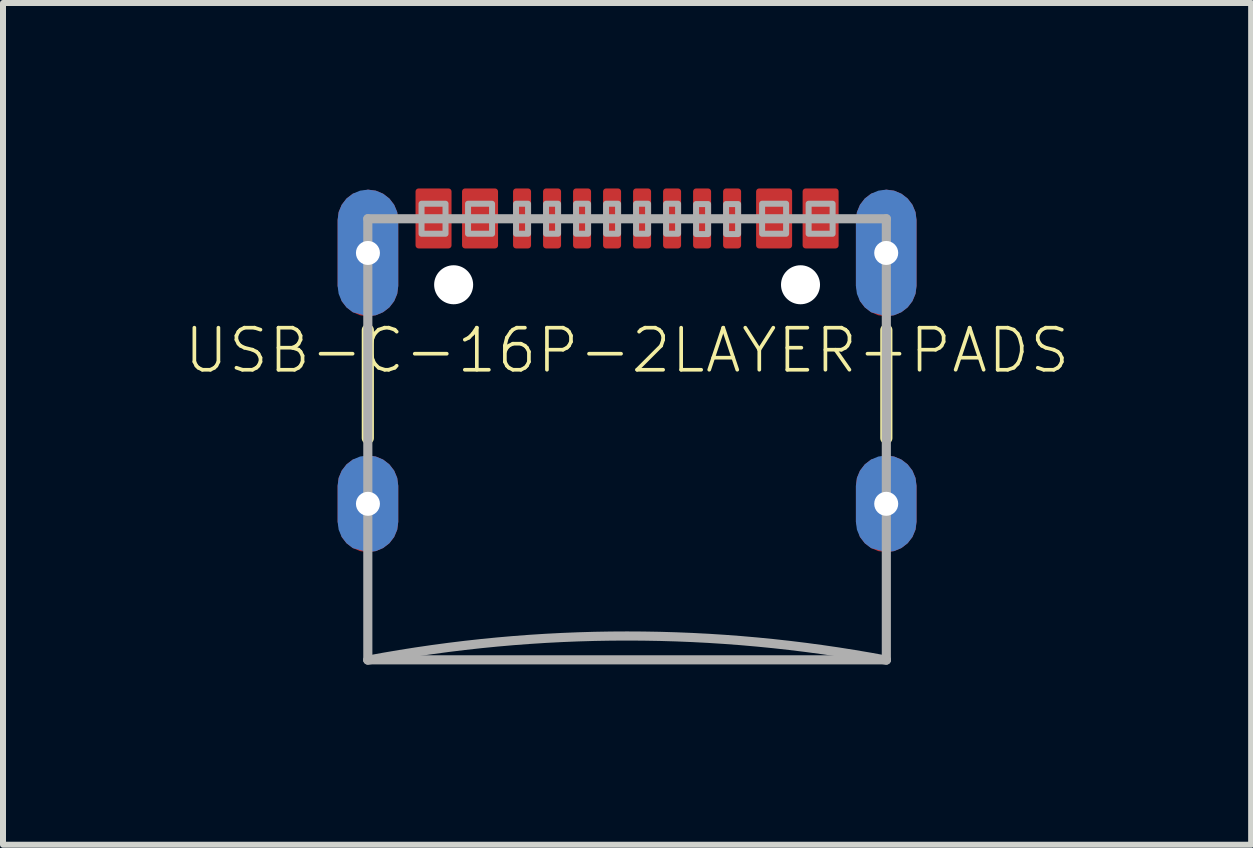
<source format=kicad_pcb>
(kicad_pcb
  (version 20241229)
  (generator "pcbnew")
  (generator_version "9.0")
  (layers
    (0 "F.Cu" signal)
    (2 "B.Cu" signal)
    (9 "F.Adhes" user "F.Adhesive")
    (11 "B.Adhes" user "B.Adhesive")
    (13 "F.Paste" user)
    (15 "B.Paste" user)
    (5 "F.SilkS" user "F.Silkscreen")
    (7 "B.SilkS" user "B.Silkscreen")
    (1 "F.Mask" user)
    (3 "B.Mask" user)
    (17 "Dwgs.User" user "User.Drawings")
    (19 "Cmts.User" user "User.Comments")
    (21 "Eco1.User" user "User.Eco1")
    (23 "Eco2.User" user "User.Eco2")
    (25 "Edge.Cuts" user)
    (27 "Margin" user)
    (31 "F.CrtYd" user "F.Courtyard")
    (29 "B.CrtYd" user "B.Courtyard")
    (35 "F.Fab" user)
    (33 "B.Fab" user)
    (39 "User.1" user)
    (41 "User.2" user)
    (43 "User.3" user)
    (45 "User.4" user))
  (footprint "USB-C-16P-2LAYER-PADS"
    (layer "F.Cu")
    (at 7.399 0.25)
    (property "Reference" "USB-C-16P-2LAYER-PADS" (at 0 2.54 0) (unlocked yes) (layer "F.SilkS") (effects (font (size 0.701 0.701) (thickness 0.061))))
    (fp_poly (pts (xy -4.187 -0.123) (xy -4.065 -0.072) (xy -3.961 0.008) (xy -3.881 0.112) (xy -3.83 0.234) (xy -3.813 0.365) (xy -3.813 1.465) (xy -3.83 1.596) (xy -3.881 1.718) (xy -3.961 1.822) (xy -4.065 1.902) (xy -4.187 1.953) (xy -4.318 1.97) (xy -4.449 1.953) (xy -4.571 1.902) (xy -4.675 1.822) (xy -4.756 1.717) (xy -4.823 1.466) (xy -4.823 0.365) (xy -4.806 0.234) (xy -4.755 0.112) (xy -4.675 0.008) (xy -4.57 -0.073) (xy -4.318 -0.14)) (stroke (width 0) (type default)) (fill yes) (layer "F.Cu"))
    (fp_poly (pts (xy -4.187 4.307) (xy -4.065 4.358) (xy -3.961 4.438) (xy -3.881 4.542) (xy -3.83 4.664) (xy -3.813 4.795) (xy -3.813 5.395) (xy -3.83 5.526) (xy -3.881 5.648) (xy -3.961 5.752) (xy -4.065 5.832) (xy -4.187 5.883) (xy -4.318 5.9) (xy -4.449 5.883) (xy -4.571 5.832) (xy -4.675 5.752) (xy -4.756 5.647) (xy -4.823 5.396) (xy -4.823 4.795) (xy -4.806 4.664) (xy -4.755 4.542) (xy -4.675 4.438) (xy -4.57 4.357) (xy -4.318 4.29)) (stroke (width 0) (type default)) (fill yes) (layer "F.Cu"))
    (fp_poly (pts (xy 4.449 -0.123) (xy 4.571 -0.072) (xy 4.675 0.008) (xy 4.755 0.112) (xy 4.806 0.234) (xy 4.823 0.365) (xy 4.823 1.465) (xy 4.806 1.596) (xy 4.755 1.718) (xy 4.675 1.822) (xy 4.571 1.902) (xy 4.449 1.953) (xy 4.318 1.97) (xy 4.187 1.953) (xy 4.065 1.902) (xy 3.961 1.822) (xy 3.88 1.717) (xy 3.813 1.466) (xy 3.813 0.365) (xy 3.83 0.234) (xy 3.881 0.112) (xy 3.961 0.008) (xy 4.066 -0.073) (xy 4.318 -0.14)) (stroke (width 0) (type default)) (fill yes) (layer "F.Cu"))
    (fp_poly (pts (xy 4.449 4.307) (xy 4.571 4.358) (xy 4.675 4.438) (xy 4.755 4.542) (xy 4.806 4.664) (xy 4.823 4.795) (xy 4.823 5.395) (xy 4.806 5.526) (xy 4.755 5.648) (xy 4.675 5.752) (xy 4.571 5.832) (xy 4.449 5.883) (xy 4.318 5.9) (xy 4.187 5.883) (xy 4.065 5.832) (xy 3.961 5.752) (xy 3.88 5.647) (xy 3.813 5.396) (xy 3.813 4.795) (xy 3.83 4.664) (xy 3.881 4.542) (xy 3.961 4.438) (xy 4.066 4.357) (xy 4.318 4.29)) (stroke (width 0) (type default)) (fill yes) (layer "F.Cu"))
    (fp_poly (pts (xy -4.169 -0.226) (xy -4.026 -0.173) (xy -3.902 -0.085) (xy -3.804 0.032) (xy -3.741 0.17) (xy -3.715 0.32) (xy -3.715 1.52) (xy -3.742 1.669) (xy -3.806 1.805) (xy -3.904 1.92) (xy -4.028 2.007) (xy -4.17 2.058) (xy -4.32 2.07) (xy -4.47 2.058) (xy -4.612 2.007) (xy -4.736 1.92) (xy -4.834 1.805) (xy -4.925 1.521) (xy -4.925 0.32) (xy -4.899 0.17) (xy -4.836 0.032) (xy -4.738 -0.085) (xy -4.614 -0.174) (xy -4.32 -0.24)) (stroke (width 0) (type default)) (fill yes) (layer "F.Mask"))
    (fp_poly (pts (xy -4.163 4.211) (xy -4.017 4.273) (xy -3.891 4.37) (xy -3.795 4.496) (xy -3.735 4.643) (xy -3.715 4.8) (xy -3.715 5.4) (xy -3.736 5.556) (xy -3.797 5.701) (xy -3.893 5.825) (xy -4.018 5.921) (xy -4.164 5.98) (xy -4.32 6) (xy -4.476 5.98) (xy -4.622 5.921) (xy -4.747 5.825) (xy -4.843 5.701) (xy -4.925 5.401) (xy -4.925 4.8) (xy -4.905 4.643) (xy -4.845 4.496) (xy -4.749 4.37) (xy -4.623 4.272) (xy -4.32 4.19)) (stroke (width 0) (type default)) (fill yes) (layer "F.Mask"))
    (fp_poly (pts (xy 4.471 -0.226) (xy 4.614 -0.173) (xy 4.738 -0.085) (xy 4.836 0.032) (xy 4.899 0.17) (xy 4.925 0.32) (xy 4.925 1.52) (xy 4.898 1.669) (xy 4.834 1.805) (xy 4.736 1.92) (xy 4.612 2.007) (xy 4.47 2.058) (xy 4.32 2.07) (xy 4.17 2.058) (xy 4.028 2.007) (xy 3.904 1.92) (xy 3.806 1.805) (xy 3.715 1.521) (xy 3.715 0.32) (xy 3.741 0.17) (xy 3.804 0.032) (xy 3.902 -0.085) (xy 4.026 -0.174) (xy 4.32 -0.24)) (stroke (width 0) (type default)) (fill yes) (layer "F.Mask"))
    (fp_poly (pts (xy 4.477 4.211) (xy 4.623 4.273) (xy 4.749 4.37) (xy 4.845 4.496) (xy 4.905 4.643) (xy 4.925 4.8) (xy 4.925 5.4) (xy 4.904 5.556) (xy 4.843 5.701) (xy 4.747 5.825) (xy 4.622 5.921) (xy 4.476 5.98) (xy 4.32 6) (xy 4.164 5.98) (xy 4.018 5.921) (xy 3.893 5.825) (xy 3.797 5.701) (xy 3.715 5.401) (xy 3.715 4.8) (xy 3.735 4.643) (xy 3.795 4.496) (xy 3.891 4.37) (xy 4.017 4.272) (xy 4.32 4.19)) (stroke (width 0) (type default)) (fill yes) (layer "F.Mask"))
    (fp_poly (pts (xy -4.187 -0.123) (xy -4.065 -0.072) (xy -3.961 0.008) (xy -3.881 0.112) (xy -3.83 0.234) (xy -3.813 0.365) (xy -3.813 1.465) (xy -3.83 1.596) (xy -3.881 1.718) (xy -3.961 1.822) (xy -4.065 1.902) (xy -4.187 1.953) (xy -4.318 1.97) (xy -4.57 1.903) (xy -4.675 1.822) (xy -4.755 1.718) (xy -4.806 1.596) (xy -4.823 1.465) (xy -4.823 0.365) (xy -4.806 0.234) (xy -4.755 0.112) (xy -4.675 0.008) (xy -4.571 -0.072) (xy -4.449 -0.123) (xy -4.318 -0.14)) (stroke (width 0) (type default)) (fill yes) (layer "B.Cu"))
    (fp_poly (pts (xy -4.187 4.307) (xy -4.065 4.358) (xy -3.961 4.438) (xy -3.881 4.542) (xy -3.83 4.664) (xy -3.813 4.795) (xy -3.813 5.395) (xy -3.83 5.526) (xy -3.881 5.648) (xy -3.961 5.752) (xy -4.065 5.832) (xy -4.187 5.883) (xy -4.318 5.9) (xy -4.57 5.833) (xy -4.675 5.752) (xy -4.755 5.648) (xy -4.806 5.526) (xy -4.823 5.395) (xy -4.823 4.795) (xy -4.806 4.664) (xy -4.755 4.542) (xy -4.675 4.438) (xy -4.571 4.358) (xy -4.449 4.307) (xy -4.318 4.29)) (stroke (width 0) (type default)) (fill yes) (layer "B.Cu"))
    (fp_poly (pts (xy 4.449 -0.123) (xy 4.571 -0.072) (xy 4.675 0.008) (xy 4.755 0.112) (xy 4.806 0.234) (xy 4.823 0.365) (xy 4.823 1.465) (xy 4.806 1.596) (xy 4.755 1.718) (xy 4.675 1.822) (xy 4.571 1.902) (xy 4.449 1.953) (xy 4.318 1.97) (xy 4.066 1.903) (xy 3.961 1.822) (xy 3.881 1.718) (xy 3.83 1.596) (xy 3.813 1.465) (xy 3.813 0.365) (xy 3.83 0.234) (xy 3.881 0.112) (xy 3.961 0.008) (xy 4.065 -0.072) (xy 4.187 -0.123) (xy 4.318 -0.14)) (stroke (width 0) (type default)) (fill yes) (layer "B.Cu"))
    (fp_poly (pts (xy 4.449 4.307) (xy 4.571 4.358) (xy 4.675 4.438) (xy 4.755 4.542) (xy 4.806 4.664) (xy 4.823 4.795) (xy 4.823 5.395) (xy 4.806 5.526) (xy 4.755 5.648) (xy 4.675 5.752) (xy 4.571 5.832) (xy 4.449 5.883) (xy 4.318 5.9) (xy 4.066 5.833) (xy 3.961 5.752) (xy 3.881 5.648) (xy 3.83 5.526) (xy 3.813 5.395) (xy 3.813 4.795) (xy 3.83 4.664) (xy 3.881 4.542) (xy 3.961 4.438) (xy 4.065 4.358) (xy 4.187 4.307) (xy 4.318 4.29)) (stroke (width 0) (type default)) (fill yes) (layer "B.Cu"))
    (fp_line (start -4.32 2.2) (end -4.32 4) (stroke (width 0.203) (type solid)) (layer "F.SilkS"))
    (fp_line (start 4.32 2.2) (end 4.32 4) (stroke (width 0.203) (type solid)) (layer "F.SilkS"))
    (fp_poly (pts (xy -4.219 -0.146) (xy -4.094 -0.103) (xy -3.984 -0.029) (xy -3.898 0.071) (xy -3.84 0.19) (xy -3.815 0.32) (xy -3.815 1.521) (xy -3.854 1.668) (xy -3.937 1.796) (xy -4.056 1.892) (xy -4.35 1.955) (xy -4.491 1.939) (xy -4.621 1.88) (xy -4.727 1.784) (xy -4.825 1.521) (xy -4.825 0.32) (xy -4.802 0.173) (xy -4.734 0.041) (xy -4.629 -0.065) (xy -4.351 -0.155)) (stroke (width 0) (type default)) (fill yes) (layer "F.Paste"))
    (fp_poly (pts (xy -4.147 4.322) (xy -4.011 4.395) (xy -3.903 4.507) (xy -3.815 4.799) (xy -3.815 5.4) (xy -3.836 5.553) (xy -3.904 5.693) (xy -4.011 5.805) (xy -4.299 5.905) (xy -4.434 5.89) (xy -4.559 5.841) (xy -4.667 5.761) (xy -4.751 5.656) (xy -4.825 5.401) (xy -4.825 4.8) (xy -4.805 4.667) (xy -4.751 4.544) (xy -4.667 4.439) (xy -4.559 4.359) (xy -4.3 4.295)) (stroke (width 0) (type default)) (fill yes) (layer "F.Paste"))
    (fp_poly (pts (xy 4.43 -0.145) (xy 4.553 -0.101) (xy 4.661 -0.026) (xy 4.745 0.073) (xy 4.801 0.191) (xy 4.825 0.32) (xy 4.825 1.521) (xy 4.787 1.667) (xy 4.707 1.794) (xy 4.59 1.89) (xy 4.3 1.955) (xy 4.164 1.949) (xy 4.035 1.902) (xy 3.927 1.816) (xy 3.815 1.571) (xy 3.815 0.37) (xy 3.827 0.239) (xy 3.873 0.115) (xy 3.949 0.007) (xy 4.05 -0.077) (xy 4.299 -0.155)) (stroke (width 0) (type default)) (fill yes) (layer "F.Paste"))
    (fp_poly (pts (xy 4.434 4.31) (xy 4.559 4.359) (xy 4.667 4.439) (xy 4.751 4.544) (xy 4.805 4.667) (xy 4.825 4.8) (xy 4.825 5.4) (xy 4.806 5.552) (xy 4.74 5.691) (xy 4.635 5.803) (xy 4.351 5.905) (xy 4.221 5.899) (xy 4.097 5.859) (xy 3.989 5.789) (xy 3.901 5.692) (xy 3.815 5.451) (xy 3.815 4.85) (xy 3.824 4.715) (xy 3.867 4.586) (xy 3.942 4.472) (xy 4.045 4.382) (xy 4.299 4.295)) (stroke (width 0) (type default)) (fill yes) (layer "F.Paste"))
    (fp_line (start -4.32 0.345) (end -4.32 1.965) (stroke (width 0.01) (type solid)) (layer "F.Fab"))
    (fp_line (start -4.32 0.345) (end 4.32 0.345) (stroke (width 0.152) (type solid)) (layer "F.Fab"))
    (fp_line (start -4.32 4.295) (end -4.32 5.895) (stroke (width 0.01) (type solid)) (layer "F.Fab"))
    (fp_line (start -4.32 7.695) (end -4.32 0.345) (stroke (width 0.152) (type solid)) (layer "F.Fab"))
    (fp_line (start -4.32 7.695) (end 4.32 7.695) (stroke (width 0.152) (type solid)) (layer "F.Fab"))
    (fp_line (start 4.32 0.345) (end 4.32 1.965) (stroke (width 0.01) (type solid)) (layer "F.Fab"))
    (fp_line (start 4.32 0.345) (end 4.32 7.695) (stroke (width 0.152) (type solid)) (layer "F.Fab"))
    (fp_line (start 4.32 4.295) (end 4.32 5.895) (stroke (width 0.01) (type solid)) (layer "F.Fab"))
    (fp_arc (start -4.32 7.7) (mid 0 7.297675) (end 4.32 7.7) (stroke (width 0.1524) (type solid)) (layer "F.Fab"))
    (fp_poly (pts (xy -3.425 0.595) (xy -3.025 0.595) (xy -3.025 0.095) (xy -3.425 0.095)) (stroke (width 0.1) (type default)) (fill no) (layer "F.Fab"))
    (fp_poly (pts (xy -2.65 0.595) (xy -2.25 0.595) (xy -2.25 0.095) (xy -2.65 0.095)) (stroke (width 0.1) (type default)) (fill no) (layer "F.Fab"))
    (fp_poly (pts (xy -1.85 0.595) (xy -1.65 0.595) (xy -1.65 0.095) (xy -1.85 0.095)) (stroke (width 0.1) (type default)) (fill no) (layer "F.Fab"))
    (fp_poly (pts (xy -1.35 0.595) (xy -1.15 0.595) (xy -1.15 0.095) (xy -1.35 0.095)) (stroke (width 0.1) (type default)) (fill no) (layer "F.Fab"))
    (fp_poly (pts (xy -0.85 0.595) (xy -0.65 0.595) (xy -0.65 0.095) (xy -0.85 0.095)) (stroke (width 0.1) (type default)) (fill no) (layer "F.Fab"))
    (fp_poly (pts (xy -0.35 0.595) (xy -0.15 0.595) (xy -0.15 0.095) (xy -0.35 0.095)) (stroke (width 0.1) (type default)) (fill no) (layer "F.Fab"))
    (fp_poly (pts (xy 0.15 0.595) (xy 0.35 0.595) (xy 0.35 0.095) (xy 0.15 0.095)) (stroke (width 0.1) (type default)) (fill no) (layer "F.Fab"))
    (fp_poly (pts (xy 0.65 0.595) (xy 0.85 0.595) (xy 0.85 0.095) (xy 0.65 0.095)) (stroke (width 0.1) (type default)) (fill no) (layer "F.Fab"))
    (fp_poly (pts (xy 1.15 0.6) (xy 1.35 0.6) (xy 1.35 0.1) (xy 1.15 0.1)) (stroke (width 0.1) (type default)) (fill no) (layer "F.Fab"))
    (fp_poly (pts (xy 1.65 0.6) (xy 1.85 0.6) (xy 1.85 0.1) (xy 1.65 0.1)) (stroke (width 0.1) (type default)) (fill no) (layer "F.Fab"))
    (fp_poly (pts (xy 2.25 0.595) (xy 2.65 0.595) (xy 2.65 0.095) (xy 2.25 0.095)) (stroke (width 0.1) (type default)) (fill no) (layer "F.Fab"))
    (fp_poly (pts (xy 3.025 0.595) (xy 3.425 0.595) (xy 3.425 0.095) (xy 3.025 0.095)) (stroke (width 0.1) (type default)) (fill no) (layer "F.Fab"))
    (pad "" np_thru_hole circle (at -2.89 1.445) (size 0.65 0.65) (drill 0.65) (layers "*.Cu" "*.Mask"))
    (pad "" np_thru_hole circle (at 2.89 1.445) (size 0.65 0.65) (drill 0.65) (layers "*.Cu" "*.Mask"))
    (pad "A5" smd roundrect (at -1.25 0.34 180) (size 0.3 1) (layers "F.Cu" "F.Mask" "F.Paste") (roundrect_rratio 0.169))
    (pad "A6" smd roundrect (at -0.25 0.34 180) (size 0.3 1) (layers "F.Cu" "F.Mask" "F.Paste") (roundrect_rratio 0.169))
    (pad "A7" smd roundrect (at 0.25 0.34) (size 0.3 1) (layers "F.Cu" "F.Mask" "F.Paste") (roundrect_rratio 0.169))
    (pad "A8" smd roundrect (at 1.25 0.34) (size 0.3 1) (layers "F.Cu" "F.Mask" "F.Paste") (roundrect_rratio 0.169))
    (pad "B5" smd roundrect (at 1.75 0.34) (size 0.3 1) (layers "F.Cu" "F.Mask" "F.Paste") (roundrect_rratio 0.169))
    (pad "B6" smd roundrect (at 0.75 0.34) (size 0.3 1) (layers "F.Cu" "F.Mask" "F.Paste") (roundrect_rratio 0.169))
    (pad "B7" smd roundrect (at -0.75 0.34 180) (size 0.3 1) (layers "F.Cu" "F.Mask" "F.Paste") (roundrect_rratio 0.169))
    (pad "B8" smd roundrect (at -1.75 0.34 180) (size 0.3 1) (layers "F.Cu" "F.Mask" "F.Paste") (roundrect_rratio 0.169))
    (pad "GND" smd roundrect (at -3.225 0.34 180) (size 0.6 1) (layers "F.Cu" "F.Mask" "F.Paste") (roundrect_rratio 0.085))
    (pad "GND2" smd roundrect (at 3.225 0.34) (size 0.6 1) (layers "F.Cu" "F.Mask" "F.Paste") (roundrect_rratio 0.085))
    (pad "SHLD1" thru_hole oval (at -4.318 0.915 90) (size 1.2 0.6) (drill 0.4) (layers "*.Cu"))
    (pad "SHLD2" thru_hole oval (at 4.318 0.915 90) (size 1.2 0.6) (drill 0.4) (layers "*.Cu"))
    (pad "SHLD3" thru_hole oval (at -4.318 5.095 90) (size 1.2 0.6) (drill 0.4) (layers "*.Cu"))
    (pad "SHLD4" thru_hole oval (at 4.318 5.095 90) (size 1.2 0.6) (drill 0.4) (layers "*.Cu"))
    (pad "VBUS1" smd roundrect (at -2.45 0.34 180) (size 0.6 1) (layers "F.Cu" "F.Mask" "F.Paste") (roundrect_rratio 0.085))
    (pad "VBUS2" smd roundrect (at 2.45 0.34) (size 0.6 1) (layers "F.Cu" "F.Mask" "F.Paste") (roundrect_rratio 0.085)))
  (gr_rect
    (start -3 -3)
    (end 17.798 11.026)
    (stroke (width 0.1) (type default))
    (fill no)
    (layer "Edge.Cuts")))
</source>
